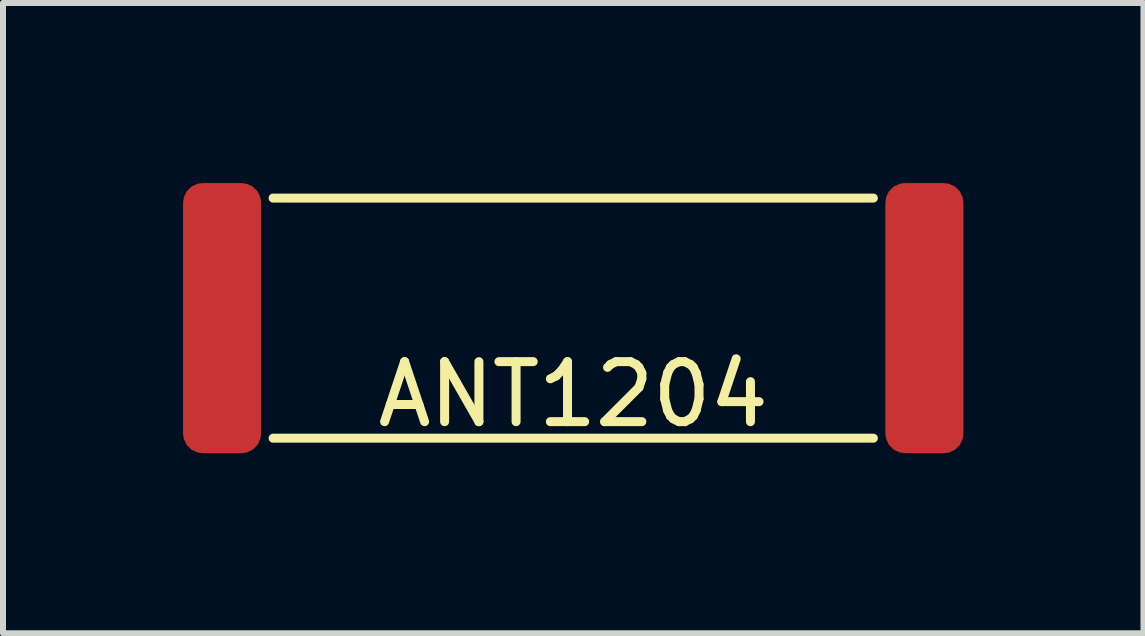
<source format=kicad_pcb>
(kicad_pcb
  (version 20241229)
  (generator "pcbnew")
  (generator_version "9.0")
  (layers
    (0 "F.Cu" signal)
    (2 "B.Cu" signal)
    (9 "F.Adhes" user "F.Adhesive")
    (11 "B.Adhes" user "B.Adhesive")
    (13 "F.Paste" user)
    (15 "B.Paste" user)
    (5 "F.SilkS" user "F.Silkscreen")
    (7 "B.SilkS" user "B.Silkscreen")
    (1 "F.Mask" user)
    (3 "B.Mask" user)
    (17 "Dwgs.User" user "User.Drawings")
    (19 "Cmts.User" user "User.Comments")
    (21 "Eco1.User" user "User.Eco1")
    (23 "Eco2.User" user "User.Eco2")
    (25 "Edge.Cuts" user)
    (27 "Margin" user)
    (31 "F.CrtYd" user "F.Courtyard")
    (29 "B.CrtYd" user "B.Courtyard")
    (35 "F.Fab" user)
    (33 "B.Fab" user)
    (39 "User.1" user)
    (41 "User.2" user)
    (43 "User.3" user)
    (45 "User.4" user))
  (footprint "ANT1204"
    (layer "F.Cu")
    (at 6.5 2.25)
    (property "Reference" "ANT1204" (at 0 1.27 0) (layer "F.SilkS") (effects (font (size 1 1) (thickness 0.15))))
    (attr through_hole)
    (fp_line (start -5 -2) (end 5 -2) (stroke (width 0.15) (type solid)) (layer "F.SilkS"))
    (fp_line (start 5 2) (end -5 2) (stroke (width 0.15) (type solid)) (layer "F.SilkS"))
    (pad "1" smd roundrect (at -5.85 0) (size 1.3 4.5) (layers "F.Cu" "F.Mask" "F.Paste") (roundrect_rratio 0.25))
    (pad "2" smd roundrect (at 5.85 0) (size 1.3 4.5) (layers "F.Cu" "F.Mask" "F.Paste") (roundrect_rratio 0.25)))
  (gr_rect
    (start -3 -3)
    (end 16 7.5)
    (stroke (width 0.1) (type default))
    (fill no)
    (layer "Edge.Cuts")))
</source>
